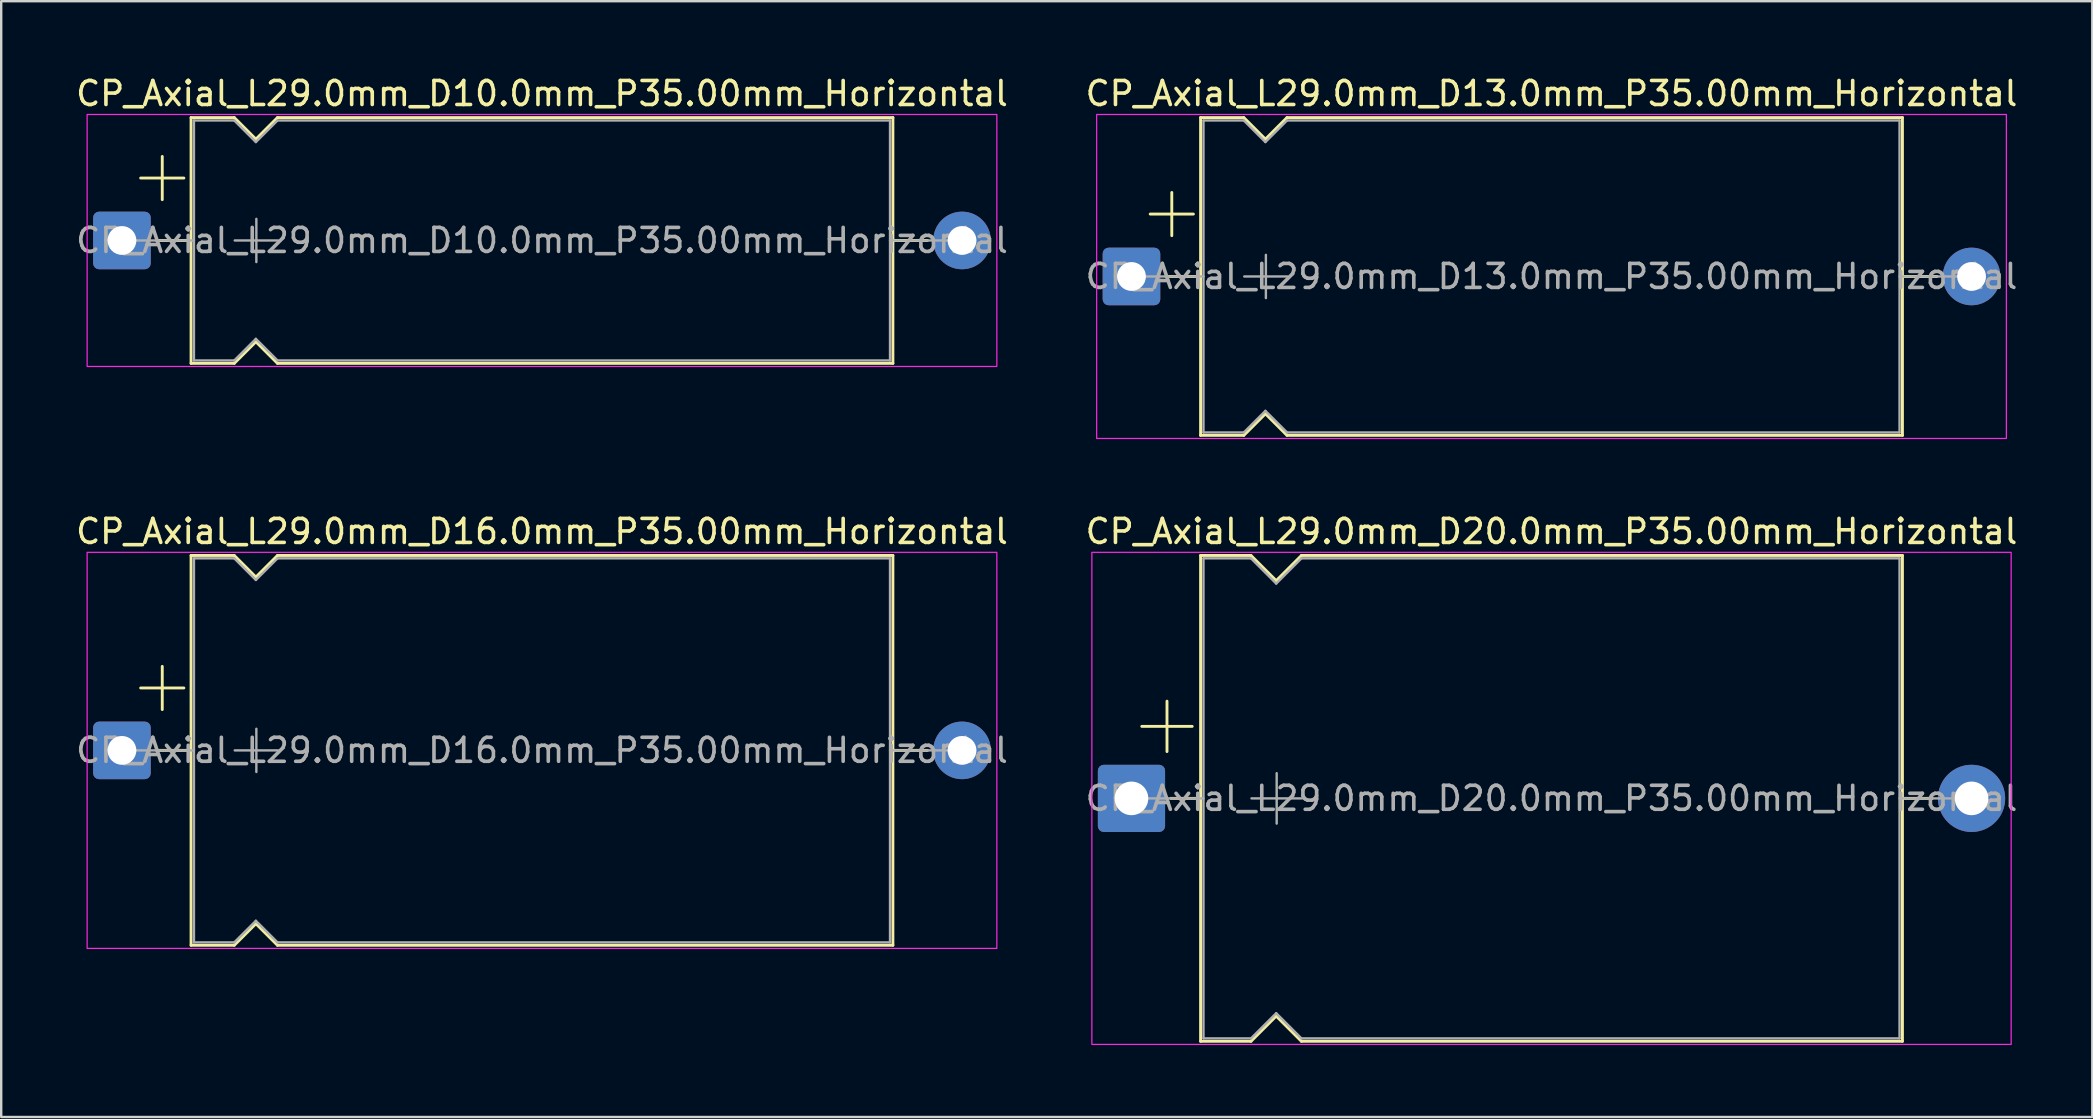
<source format=kicad_pcb>
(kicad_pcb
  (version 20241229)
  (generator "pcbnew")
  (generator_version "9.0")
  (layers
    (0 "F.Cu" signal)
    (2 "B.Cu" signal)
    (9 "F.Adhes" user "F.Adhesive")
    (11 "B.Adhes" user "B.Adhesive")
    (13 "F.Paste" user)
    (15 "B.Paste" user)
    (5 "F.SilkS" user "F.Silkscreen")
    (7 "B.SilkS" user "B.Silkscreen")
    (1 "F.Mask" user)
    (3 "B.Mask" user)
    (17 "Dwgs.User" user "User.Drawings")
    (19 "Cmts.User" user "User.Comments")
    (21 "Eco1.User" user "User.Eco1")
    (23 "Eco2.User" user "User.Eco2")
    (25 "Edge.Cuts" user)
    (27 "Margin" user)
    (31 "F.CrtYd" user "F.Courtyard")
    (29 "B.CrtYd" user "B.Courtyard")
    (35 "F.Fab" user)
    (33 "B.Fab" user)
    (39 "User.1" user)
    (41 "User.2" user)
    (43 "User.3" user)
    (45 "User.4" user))
  (footprint "CP_Axial_L29.0mm_D16.0mm_P35.00mm_Horizontal"
    (layer "F.Cu")
    (at 2.03 28.212)
    (property "Reference" "CP_Axial_L29.0mm_D16.0mm_P35.00mm_Horizontal" (at 17.5 -9.12 0) (layer "F.SilkS") (effects (font (size 1 1) (thickness 0.15))))
    (attr through_hole)
    (fp_line (start 0.78 -2.6) (end 2.58 -2.6) (stroke (width 0.12) (type solid)) (layer "F.SilkS"))
    (fp_line (start 1.44 0) (end 2.88 0) (stroke (width 0.12) (type solid)) (layer "F.SilkS"))
    (fp_line (start 1.68 -3.5) (end 1.68 -1.7) (stroke (width 0.12) (type solid)) (layer "F.SilkS"))
    (fp_line (start 2.88 -8.12) (end 2.88 8.12) (stroke (width 0.12) (type solid)) (layer "F.SilkS"))
    (fp_line (start 2.88 -8.12) (end 4.68 -8.12) (stroke (width 0.12) (type solid)) (layer "F.SilkS"))
    (fp_line (start 2.88 8.12) (end 4.68 8.12) (stroke (width 0.12) (type solid)) (layer "F.SilkS"))
    (fp_line (start 4.68 -8.12) (end 5.58 -7.22) (stroke (width 0.12) (type solid)) (layer "F.SilkS"))
    (fp_line (start 4.68 8.12) (end 5.58 7.22) (stroke (width 0.12) (type solid)) (layer "F.SilkS"))
    (fp_line (start 5.58 -7.22) (end 6.48 -8.12) (stroke (width 0.12) (type solid)) (layer "F.SilkS"))
    (fp_line (start 5.58 7.22) (end 6.48 8.12) (stroke (width 0.12) (type solid)) (layer "F.SilkS"))
    (fp_line (start 6.48 -8.12) (end 32.12 -8.12) (stroke (width 0.12) (type solid)) (layer "F.SilkS"))
    (fp_line (start 6.48 8.12) (end 32.12 8.12) (stroke (width 0.12) (type solid)) (layer "F.SilkS"))
    (fp_line (start 32.12 -8.12) (end 32.12 8.12) (stroke (width 0.12) (type solid)) (layer "F.SilkS"))
    (fp_line (start 33.56 0) (end 32.12 0) (stroke (width 0.12) (type solid)) (layer "F.SilkS"))
    (fp_rect (start -1.45 -8.25) (end 36.45 8.25) (stroke (width 0.05) (type solid)) (fill no) (layer "F.CrtYd"))
    (fp_line (start 0 0) (end 3 0) (stroke (width 0.1) (type solid)) (layer "F.Fab"))
    (fp_line (start 3 -8) (end 3 8) (stroke (width 0.1) (type solid)) (layer "F.Fab"))
    (fp_line (start 3 -8) (end 4.68 -8) (stroke (width 0.1) (type solid)) (layer "F.Fab"))
    (fp_line (start 3 8) (end 4.68 8) (stroke (width 0.1) (type solid)) (layer "F.Fab"))
    (fp_line (start 4.68 -8) (end 5.58 -7.1) (stroke (width 0.1) (type solid)) (layer "F.Fab"))
    (fp_line (start 4.68 8) (end 5.58 7.1) (stroke (width 0.1) (type solid)) (layer "F.Fab"))
    (fp_line (start 4.7 0) (end 6.5 0) (stroke (width 0.1) (type solid)) (layer "F.Fab"))
    (fp_line (start 5.58 -7.1) (end 6.48 -8) (stroke (width 0.1) (type solid)) (layer "F.Fab"))
    (fp_line (start 5.58 7.1) (end 6.48 8) (stroke (width 0.1) (type solid)) (layer "F.Fab"))
    (fp_line (start 5.6 -0.9) (end 5.6 0.9) (stroke (width 0.1) (type solid)) (layer "F.Fab"))
    (fp_line (start 6.48 -8) (end 32 -8) (stroke (width 0.1) (type solid)) (layer "F.Fab"))
    (fp_line (start 6.48 8) (end 32 8) (stroke (width 0.1) (type solid)) (layer "F.Fab"))
    (fp_line (start 32 -8) (end 32 8) (stroke (width 0.1) (type solid)) (layer "F.Fab"))
    (fp_line (start 35 0) (end 32 0) (stroke (width 0.1) (type solid)) (layer "F.Fab"))
    (fp_text user "${REFERENCE}" (at 17.5 0 0) (layer "F.Fab") (effects (font (size 1 1) (thickness 0.15))))
    (pad "1" thru_hole roundrect (at 0 0) (size 2.4 2.4) (drill 1.2) (layers "*.Cu" "*.Mask") (roundrect_rratio 0.104))
    (pad "2" thru_hole circle (at 35 0) (size 2.4 2.4) (drill 1.2) (layers "*.Cu" "*.Mask")))
  (footprint "CP_Axial_L29.0mm_D20.0mm_P35.00mm_Horizontal"
    (layer "F.Cu")
    (at 44.089 30.212)
    (property "Reference" "CP_Axial_L29.0mm_D20.0mm_P35.00mm_Horizontal" (at 17.5 -11.12 0) (layer "F.SilkS") (effects (font (size 1 1) (thickness 0.15))))
    (attr through_hole)
    (fp_line (start 0.43 -3) (end 2.53 -3) (stroke (width 0.12) (type solid)) (layer "F.SilkS"))
    (fp_line (start 1.48 -4.05) (end 1.48 -1.95) (stroke (width 0.12) (type solid)) (layer "F.SilkS"))
    (fp_line (start 1.64 0) (end 2.88 0) (stroke (width 0.12) (type solid)) (layer "F.SilkS"))
    (fp_line (start 2.88 -10.12) (end 2.88 10.12) (stroke (width 0.12) (type solid)) (layer "F.SilkS"))
    (fp_line (start 2.88 -10.12) (end 4.98 -10.12) (stroke (width 0.12) (type solid)) (layer "F.SilkS"))
    (fp_line (start 2.88 10.12) (end 4.98 10.12) (stroke (width 0.12) (type solid)) (layer "F.SilkS"))
    (fp_line (start 4.98 -10.12) (end 6.03 -9.07) (stroke (width 0.12) (type solid)) (layer "F.SilkS"))
    (fp_line (start 4.98 10.12) (end 6.03 9.07) (stroke (width 0.12) (type solid)) (layer "F.SilkS"))
    (fp_line (start 6.03 -9.07) (end 7.08 -10.12) (stroke (width 0.12) (type solid)) (layer "F.SilkS"))
    (fp_line (start 6.03 9.07) (end 7.08 10.12) (stroke (width 0.12) (type solid)) (layer "F.SilkS"))
    (fp_line (start 7.08 -10.12) (end 32.12 -10.12) (stroke (width 0.12) (type solid)) (layer "F.SilkS"))
    (fp_line (start 7.08 10.12) (end 32.12 10.12) (stroke (width 0.12) (type solid)) (layer "F.SilkS"))
    (fp_line (start 32.12 -10.12) (end 32.12 10.12) (stroke (width 0.12) (type solid)) (layer "F.SilkS"))
    (fp_line (start 33.36 0) (end 32.12 0) (stroke (width 0.12) (type solid)) (layer "F.SilkS"))
    (fp_rect (start -1.65 -10.25) (end 36.65 10.25) (stroke (width 0.05) (type solid)) (fill no) (layer "F.CrtYd"))
    (fp_line (start 0 0) (end 3 0) (stroke (width 0.1) (type solid)) (layer "F.Fab"))
    (fp_line (start 3 -10) (end 3 10) (stroke (width 0.1) (type solid)) (layer "F.Fab"))
    (fp_line (start 3 -10) (end 4.98 -10) (stroke (width 0.1) (type solid)) (layer "F.Fab"))
    (fp_line (start 3 10) (end 4.98 10) (stroke (width 0.1) (type solid)) (layer "F.Fab"))
    (fp_line (start 4.98 -10) (end 6.03 -8.95) (stroke (width 0.1) (type solid)) (layer "F.Fab"))
    (fp_line (start 4.98 10) (end 6.03 8.95) (stroke (width 0.1) (type solid)) (layer "F.Fab"))
    (fp_line (start 5 0) (end 7.1 0) (stroke (width 0.1) (type solid)) (layer "F.Fab"))
    (fp_line (start 6.03 -8.95) (end 7.08 -10) (stroke (width 0.1) (type solid)) (layer "F.Fab"))
    (fp_line (start 6.03 8.95) (end 7.08 10) (stroke (width 0.1) (type solid)) (layer "F.Fab"))
    (fp_line (start 6.05 -1.05) (end 6.05 1.05) (stroke (width 0.1) (type solid)) (layer "F.Fab"))
    (fp_line (start 7.08 -10) (end 32 -10) (stroke (width 0.1) (type solid)) (layer "F.Fab"))
    (fp_line (start 7.08 10) (end 32 10) (stroke (width 0.1) (type solid)) (layer "F.Fab"))
    (fp_line (start 32 -10) (end 32 10) (stroke (width 0.1) (type solid)) (layer "F.Fab"))
    (fp_line (start 35 0) (end 32 0) (stroke (width 0.1) (type solid)) (layer "F.Fab"))
    (fp_text user "${REFERENCE}" (at 17.5 0 0) (layer "F.Fab") (effects (font (size 1 1) (thickness 0.15))))
    (pad "1" thru_hole roundrect (at 0 0) (size 2.8 2.8) (drill 1.4) (layers "*.Cu" "*.Mask") (roundrect_rratio 0.089))
    (pad "2" thru_hole circle (at 35 0) (size 2.8 2.8) (drill 1.4) (layers "*.Cu" "*.Mask")))
  (footprint "CP_Axial_L29.0mm_D10.0mm_P35.00mm_Horizontal"
    (layer "F.Cu")
    (at 2.03 6.968)
    (property "Reference" "CP_Axial_L29.0mm_D10.0mm_P35.00mm_Horizontal" (at 17.5 -6.12 0) (layer "F.SilkS") (effects (font (size 1 1) (thickness 0.15))))
    (attr through_hole)
    (fp_line (start 0.78 -2.6) (end 2.58 -2.6) (stroke (width 0.12) (type solid)) (layer "F.SilkS"))
    (fp_line (start 1.44 0) (end 2.88 0) (stroke (width 0.12) (type solid)) (layer "F.SilkS"))
    (fp_line (start 1.68 -3.5) (end 1.68 -1.7) (stroke (width 0.12) (type solid)) (layer "F.SilkS"))
    (fp_line (start 2.88 -5.12) (end 2.88 5.12) (stroke (width 0.12) (type solid)) (layer "F.SilkS"))
    (fp_line (start 2.88 -5.12) (end 4.68 -5.12) (stroke (width 0.12) (type solid)) (layer "F.SilkS"))
    (fp_line (start 2.88 5.12) (end 4.68 5.12) (stroke (width 0.12) (type solid)) (layer "F.SilkS"))
    (fp_line (start 4.68 -5.12) (end 5.58 -4.22) (stroke (width 0.12) (type solid)) (layer "F.SilkS"))
    (fp_line (start 4.68 5.12) (end 5.58 4.22) (stroke (width 0.12) (type solid)) (layer "F.SilkS"))
    (fp_line (start 5.58 -4.22) (end 6.48 -5.12) (stroke (width 0.12) (type solid)) (layer "F.SilkS"))
    (fp_line (start 5.58 4.22) (end 6.48 5.12) (stroke (width 0.12) (type solid)) (layer "F.SilkS"))
    (fp_line (start 6.48 -5.12) (end 32.12 -5.12) (stroke (width 0.12) (type solid)) (layer "F.SilkS"))
    (fp_line (start 6.48 5.12) (end 32.12 5.12) (stroke (width 0.12) (type solid)) (layer "F.SilkS"))
    (fp_line (start 32.12 -5.12) (end 32.12 5.12) (stroke (width 0.12) (type solid)) (layer "F.SilkS"))
    (fp_line (start 33.56 0) (end 32.12 0) (stroke (width 0.12) (type solid)) (layer "F.SilkS"))
    (fp_rect (start -1.45 -5.25) (end 36.45 5.25) (stroke (width 0.05) (type solid)) (fill no) (layer "F.CrtYd"))
    (fp_line (start 0 0) (end 3 0) (stroke (width 0.1) (type solid)) (layer "F.Fab"))
    (fp_line (start 3 -5) (end 3 5) (stroke (width 0.1) (type solid)) (layer "F.Fab"))
    (fp_line (start 3 -5) (end 4.68 -5) (stroke (width 0.1) (type solid)) (layer "F.Fab"))
    (fp_line (start 3 5) (end 4.68 5) (stroke (width 0.1) (type solid)) (layer "F.Fab"))
    (fp_line (start 4.68 -5) (end 5.58 -4.1) (stroke (width 0.1) (type solid)) (layer "F.Fab"))
    (fp_line (start 4.68 5) (end 5.58 4.1) (stroke (width 0.1) (type solid)) (layer "F.Fab"))
    (fp_line (start 4.7 0) (end 6.5 0) (stroke (width 0.1) (type solid)) (layer "F.Fab"))
    (fp_line (start 5.58 -4.1) (end 6.48 -5) (stroke (width 0.1) (type solid)) (layer "F.Fab"))
    (fp_line (start 5.58 4.1) (end 6.48 5) (stroke (width 0.1) (type solid)) (layer "F.Fab"))
    (fp_line (start 5.6 -0.9) (end 5.6 0.9) (stroke (width 0.1) (type solid)) (layer "F.Fab"))
    (fp_line (start 6.48 -5) (end 32 -5) (stroke (width 0.1) (type solid)) (layer "F.Fab"))
    (fp_line (start 6.48 5) (end 32 5) (stroke (width 0.1) (type solid)) (layer "F.Fab"))
    (fp_line (start 32 -5) (end 32 5) (stroke (width 0.1) (type solid)) (layer "F.Fab"))
    (fp_line (start 35 0) (end 32 0) (stroke (width 0.1) (type solid)) (layer "F.Fab"))
    (fp_text user "${REFERENCE}" (at 17.5 0 0) (layer "F.Fab") (effects (font (size 1 1) (thickness 0.15))))
    (pad "1" thru_hole roundrect (at 0 0) (size 2.4 2.4) (drill 1.2) (layers "*.Cu" "*.Mask") (roundrect_rratio 0.104))
    (pad "2" thru_hole circle (at 35 0) (size 2.4 2.4) (drill 1.2) (layers "*.Cu" "*.Mask")))
  (footprint "CP_Axial_L29.0mm_D13.0mm_P35.00mm_Horizontal"
    (layer "F.Cu")
    (at 44.089 8.468)
    (property "Reference" "CP_Axial_L29.0mm_D13.0mm_P35.00mm_Horizontal" (at 17.5 -7.62 0) (layer "F.SilkS") (effects (font (size 1 1) (thickness 0.15))))
    (attr through_hole)
    (fp_line (start 0.78 -2.6) (end 2.58 -2.6) (stroke (width 0.12) (type solid)) (layer "F.SilkS"))
    (fp_line (start 1.44 0) (end 2.88 0) (stroke (width 0.12) (type solid)) (layer "F.SilkS"))
    (fp_line (start 1.68 -3.5) (end 1.68 -1.7) (stroke (width 0.12) (type solid)) (layer "F.SilkS"))
    (fp_line (start 2.88 -6.62) (end 2.88 6.62) (stroke (width 0.12) (type solid)) (layer "F.SilkS"))
    (fp_line (start 2.88 -6.62) (end 4.68 -6.62) (stroke (width 0.12) (type solid)) (layer "F.SilkS"))
    (fp_line (start 2.88 6.62) (end 4.68 6.62) (stroke (width 0.12) (type solid)) (layer "F.SilkS"))
    (fp_line (start 4.68 -6.62) (end 5.58 -5.72) (stroke (width 0.12) (type solid)) (layer "F.SilkS"))
    (fp_line (start 4.68 6.62) (end 5.58 5.72) (stroke (width 0.12) (type solid)) (layer "F.SilkS"))
    (fp_line (start 5.58 -5.72) (end 6.48 -6.62) (stroke (width 0.12) (type solid)) (layer "F.SilkS"))
    (fp_line (start 5.58 5.72) (end 6.48 6.62) (stroke (width 0.12) (type solid)) (layer "F.SilkS"))
    (fp_line (start 6.48 -6.62) (end 32.12 -6.62) (stroke (width 0.12) (type solid)) (layer "F.SilkS"))
    (fp_line (start 6.48 6.62) (end 32.12 6.62) (stroke (width 0.12) (type solid)) (layer "F.SilkS"))
    (fp_line (start 32.12 -6.62) (end 32.12 6.62) (stroke (width 0.12) (type solid)) (layer "F.SilkS"))
    (fp_line (start 33.56 0) (end 32.12 0) (stroke (width 0.12) (type solid)) (layer "F.SilkS"))
    (fp_rect (start -1.45 -6.75) (end 36.45 6.75) (stroke (width 0.05) (type solid)) (fill no) (layer "F.CrtYd"))
    (fp_line (start 0 0) (end 3 0) (stroke (width 0.1) (type solid)) (layer "F.Fab"))
    (fp_line (start 3 -6.5) (end 3 6.5) (stroke (width 0.1) (type solid)) (layer "F.Fab"))
    (fp_line (start 3 -6.5) (end 4.68 -6.5) (stroke (width 0.1) (type solid)) (layer "F.Fab"))
    (fp_line (start 3 6.5) (end 4.68 6.5) (stroke (width 0.1) (type solid)) (layer "F.Fab"))
    (fp_line (start 4.68 -6.5) (end 5.58 -5.6) (stroke (width 0.1) (type solid)) (layer "F.Fab"))
    (fp_line (start 4.68 6.5) (end 5.58 5.6) (stroke (width 0.1) (type solid)) (layer "F.Fab"))
    (fp_line (start 4.7 0) (end 6.5 0) (stroke (width 0.1) (type solid)) (layer "F.Fab"))
    (fp_line (start 5.58 -5.6) (end 6.48 -6.5) (stroke (width 0.1) (type solid)) (layer "F.Fab"))
    (fp_line (start 5.58 5.6) (end 6.48 6.5) (stroke (width 0.1) (type solid)) (layer "F.Fab"))
    (fp_line (start 5.6 -0.9) (end 5.6 0.9) (stroke (width 0.1) (type solid)) (layer "F.Fab"))
    (fp_line (start 6.48 -6.5) (end 32 -6.5) (stroke (width 0.1) (type solid)) (layer "F.Fab"))
    (fp_line (start 6.48 6.5) (end 32 6.5) (stroke (width 0.1) (type solid)) (layer "F.Fab"))
    (fp_line (start 32 -6.5) (end 32 6.5) (stroke (width 0.1) (type solid)) (layer "F.Fab"))
    (fp_line (start 35 0) (end 32 0) (stroke (width 0.1) (type solid)) (layer "F.Fab"))
    (fp_text user "${REFERENCE}" (at 17.5 0 0) (layer "F.Fab") (effects (font (size 1 1) (thickness 0.15))))
    (pad "1" thru_hole roundrect (at 0 0) (size 2.4 2.4) (drill 1.2) (layers "*.Cu" "*.Mask") (roundrect_rratio 0.104))
    (pad "2" thru_hole circle (at 35 0) (size 2.4 2.4) (drill 1.2) (layers "*.Cu" "*.Mask")))
  (gr_rect
    (start -3 -3)
    (end 84.119 43.486)
    (stroke (width 0.1) (type default))
    (fill no)
    (layer "Edge.Cuts")))
</source>
